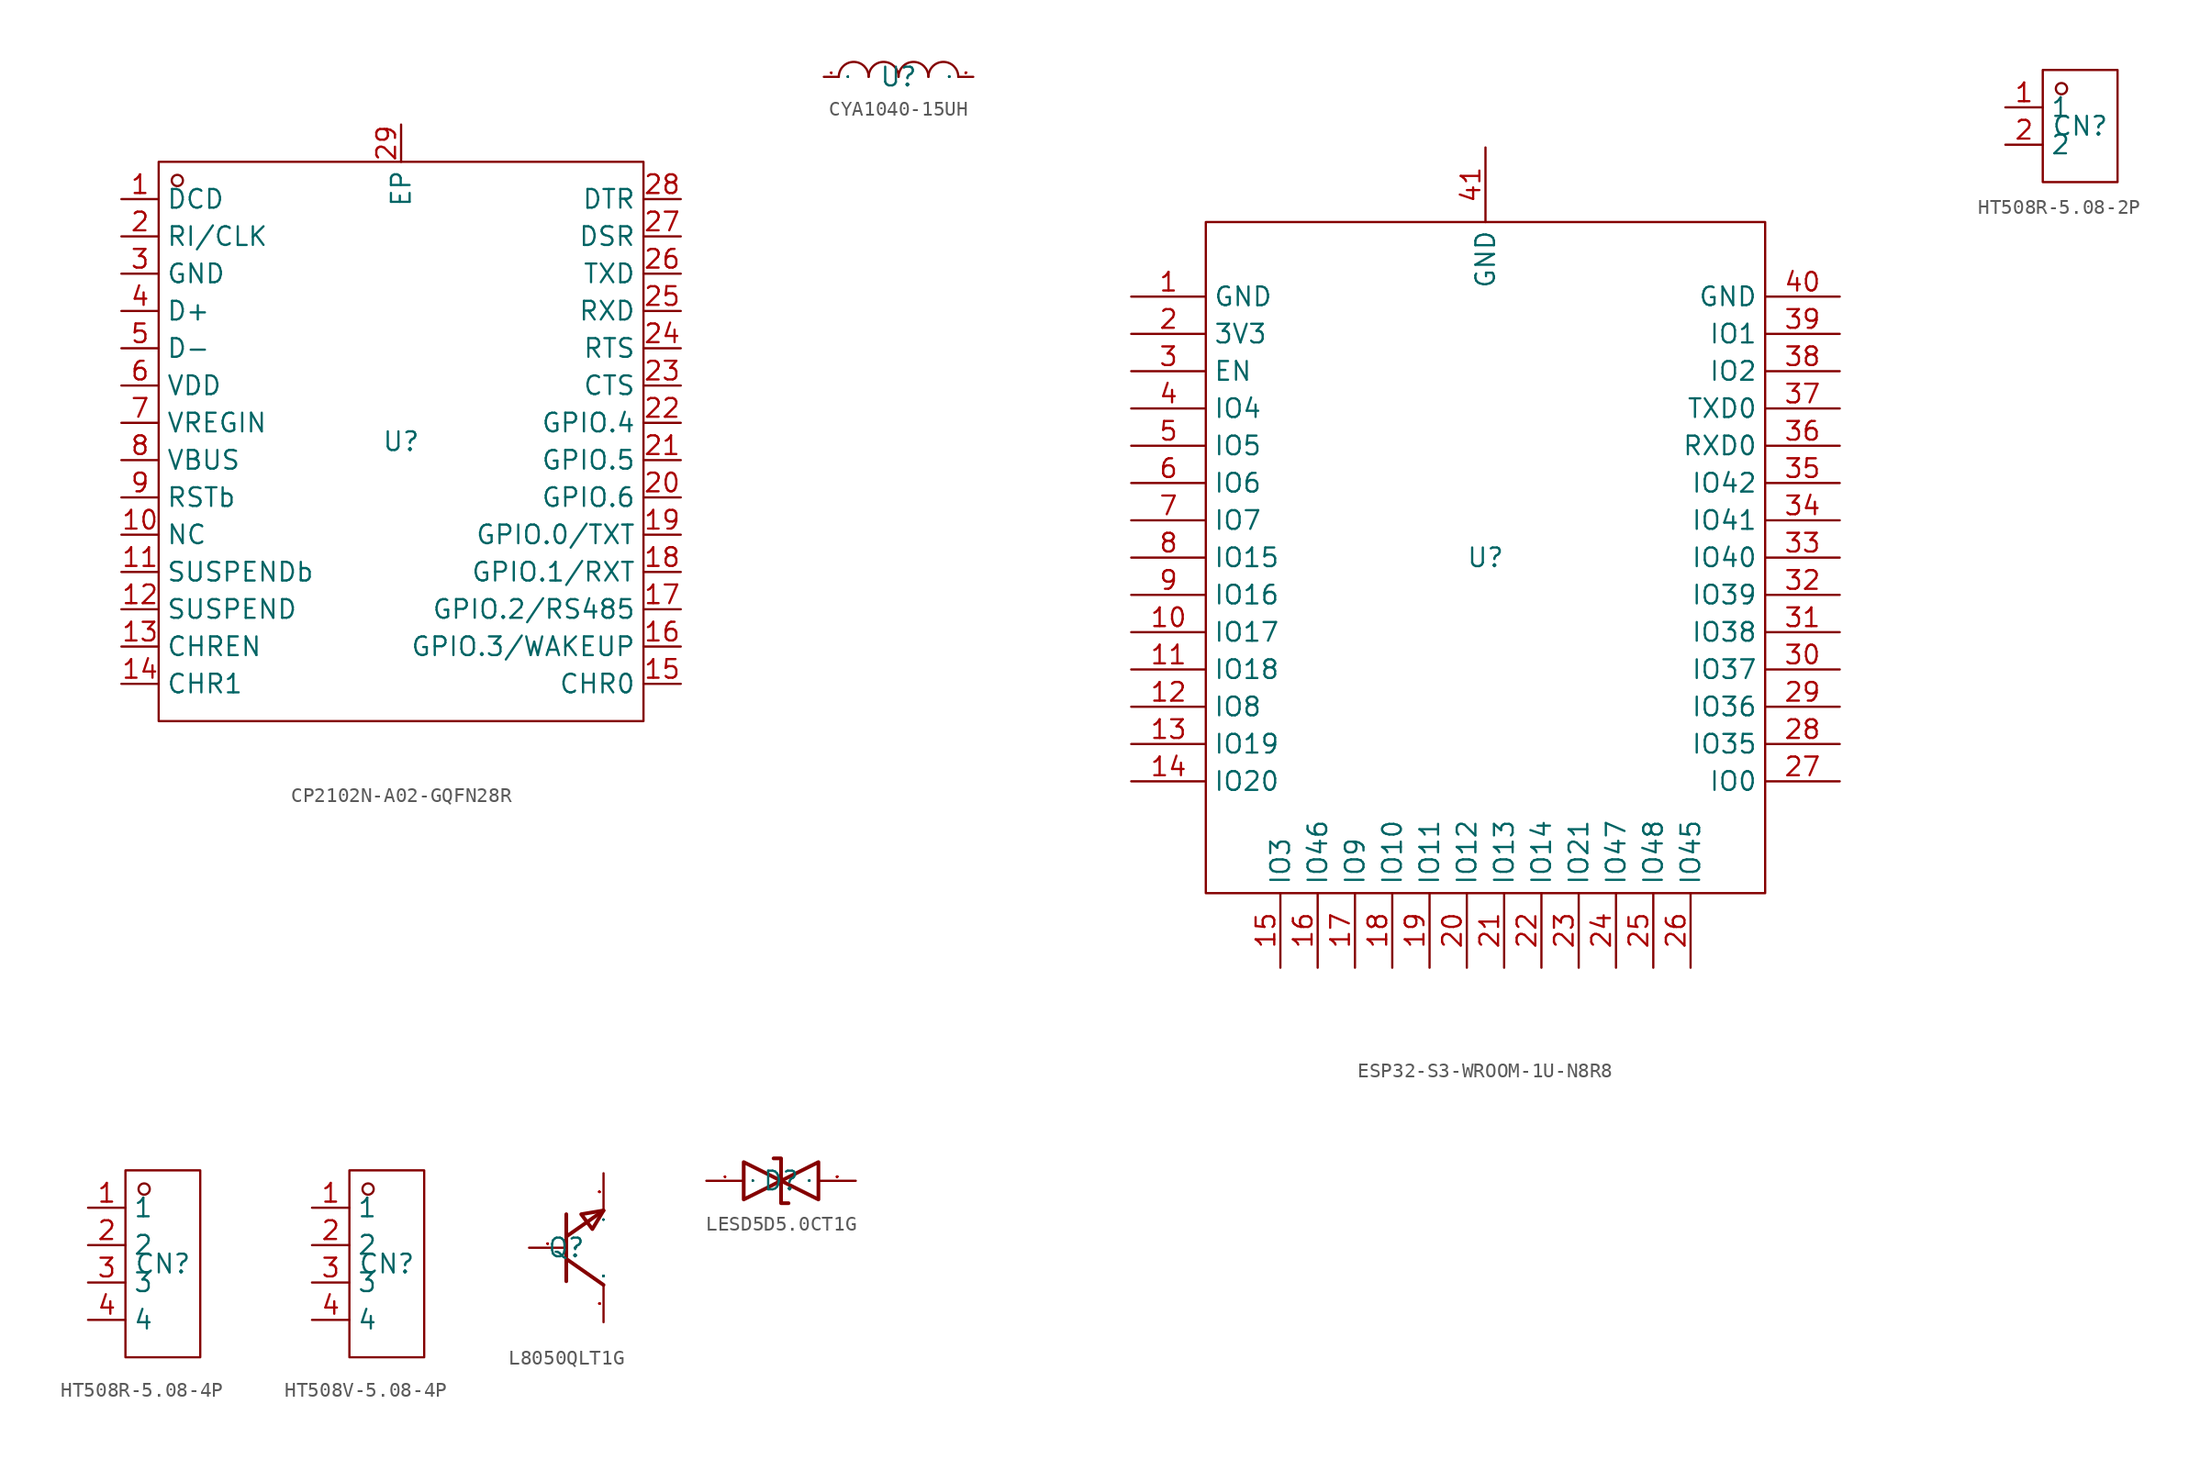
<source format=kicad_sym>
(kicad_symbol_lib
  (version 20241209)
  (generator "kicad_symbol_editor")
  (generator_version "9.0")
  (symbol "CP2102N-A02-GQFN28R"
    (property "Reference" "U"
      (at 0 0 0)
      (effects (font (size 1.27 1.27))))
    (property "Value" ""
      (at 0 0 0)
      (effects (font (size 1.27 1.27))))
    (symbol "CP2102N-A02-GQFN28R_1_0"
      (rectangle (start -16.51 -19.05) (end 16.51 19.05) (stroke (width 0) (type default)) (fill (type none)))
      (circle (center -15.24 17.78) (radius 0.381) (stroke (width 0) (type default)) (fill (type none)))
      (pin unspecified line (at -19.05 16.51 0) (length 2.54) (name "DCD" (effects (font (size 1.27 1.27)))) (number "1" (effects (font (size 1.27 1.27)))))
      (pin unspecified line (at -19.05 13.97 0) (length 2.54) (name "RI/CLK" (effects (font (size 1.27 1.27)))) (number "2" (effects (font (size 1.27 1.27)))))
      (pin unspecified line (at -19.05 11.43 0) (length 2.54) (name "GND" (effects (font (size 1.27 1.27)))) (number "3" (effects (font (size 1.27 1.27)))))
      (pin unspecified line (at -19.05 8.89 0) (length 2.54) (name "D+" (effects (font (size 1.27 1.27)))) (number "4" (effects (font (size 1.27 1.27)))))
      (pin unspecified line (at -19.05 6.35 0) (length 2.54) (name "D-" (effects (font (size 1.27 1.27)))) (number "5" (effects (font (size 1.27 1.27)))))
      (pin unspecified line (at -19.05 3.81 0) (length 2.54) (name "VDD" (effects (font (size 1.27 1.27)))) (number "6" (effects (font (size 1.27 1.27)))))
      (pin unspecified line (at -19.05 1.27 0) (length 2.54) (name "VREGIN" (effects (font (size 1.27 1.27)))) (number "7" (effects (font (size 1.27 1.27)))))
      (pin unspecified line (at -19.05 -1.27 0) (length 2.54) (name "VBUS" (effects (font (size 1.27 1.27)))) (number "8" (effects (font (size 1.27 1.27)))))
      (pin unspecified line (at -19.05 -3.81 0) (length 2.54) (name "RSTb" (effects (font (size 1.27 1.27)))) (number "9" (effects (font (size 1.27 1.27)))))
      (pin unspecified line (at -19.05 -6.35 0) (length 2.54) (name "NC" (effects (font (size 1.27 1.27)))) (number "10" (effects (font (size 1.27 1.27)))))
      (pin unspecified line (at -19.05 -8.89 0) (length 2.54) (name "SUSPENDb" (effects (font (size 1.27 1.27)))) (number "11" (effects (font (size 1.27 1.27)))))
      (pin unspecified line (at -19.05 -11.43 0) (length 2.54) (name "SUSPEND" (effects (font (size 1.27 1.27)))) (number "12" (effects (font (size 1.27 1.27)))))
      (pin unspecified line (at -19.05 -13.97 0) (length 2.54) (name "CHREN" (effects (font (size 1.27 1.27)))) (number "13" (effects (font (size 1.27 1.27)))))
      (pin unspecified line (at -19.05 -16.51 0) (length 2.54) (name "CHR1" (effects (font (size 1.27 1.27)))) (number "14" (effects (font (size 1.27 1.27)))))
      (pin unspecified line (at 0 21.59 270) (length 2.54) (name "EP" (effects (font (size 1.27 1.27)))) (number "29" (effects (font (size 1.27 1.27)))))
      (pin unspecified line (at 19.05 16.51 180) (length 2.54) (name "DTR" (effects (font (size 1.27 1.27)))) (number "28" (effects (font (size 1.27 1.27)))))
      (pin unspecified line (at 19.05 13.97 180) (length 2.54) (name "DSR" (effects (font (size 1.27 1.27)))) (number "27" (effects (font (size 1.27 1.27)))))
      (pin unspecified line (at 19.05 11.43 180) (length 2.54) (name "TXD" (effects (font (size 1.27 1.27)))) (number "26" (effects (font (size 1.27 1.27)))))
      (pin unspecified line (at 19.05 8.89 180) (length 2.54) (name "RXD" (effects (font (size 1.27 1.27)))) (number "25" (effects (font (size 1.27 1.27)))))
      (pin unspecified line (at 19.05 6.35 180) (length 2.54) (name "RTS" (effects (font (size 1.27 1.27)))) (number "24" (effects (font (size 1.27 1.27)))))
      (pin unspecified line (at 19.05 3.81 180) (length 2.54) (name "CTS" (effects (font (size 1.27 1.27)))) (number "23" (effects (font (size 1.27 1.27)))))
      (pin unspecified line (at 19.05 1.27 180) (length 2.54) (name "GPIO.4" (effects (font (size 1.27 1.27)))) (number "22" (effects (font (size 1.27 1.27)))))
      (pin unspecified line (at 19.05 -1.27 180) (length 2.54) (name "GPIO.5" (effects (font (size 1.27 1.27)))) (number "21" (effects (font (size 1.27 1.27)))))
      (pin unspecified line (at 19.05 -3.81 180) (length 2.54) (name "GPIO.6" (effects (font (size 1.27 1.27)))) (number "20" (effects (font (size 1.27 1.27)))))
      (pin unspecified line (at 19.05 -6.35 180) (length 2.54) (name "GPIO.0/TXT" (effects (font (size 1.27 1.27)))) (number "19" (effects (font (size 1.27 1.27)))))
      (pin unspecified line (at 19.05 -8.89 180) (length 2.54) (name "GPIO.1/RXT" (effects (font (size 1.27 1.27)))) (number "18" (effects (font (size 1.27 1.27)))))
      (pin unspecified line (at 19.05 -11.43 180) (length 2.54) (name "GPIO.2/RS485" (effects (font (size 1.27 1.27)))) (number "17" (effects (font (size 1.27 1.27)))))
      (pin unspecified line (at 19.05 -13.97 180) (length 2.54) (name "GPIO.3/WAKEUP" (effects (font (size 1.27 1.27)))) (number "16" (effects (font (size 1.27 1.27)))))
      (pin unspecified line (at 19.05 -16.51 180) (length 2.54) (name "CHR0" (effects (font (size 1.27 1.27)))) (number "15" (effects (font (size 1.27 1.27)))))))
  (symbol "CYA1040-15UH"
    (property "Reference" "U"
      (at 0 0 0)
      (effects (font (size 1.27 1.27))))
    (symbol "CYA1040-15UH_1_0"
      (arc (start -4.064 0) (mid -3.0226 1.016) (end -2.032 0) (stroke (width 0) (type default)) (fill (type none)))
      (arc (start -2.032 0) (mid -0.9906 1.016) (end 0 0) (stroke (width 0) (type default)) (fill (type none)))
      (arc (start 0 0) (mid 1.016 1.016) (end 2.032 0) (stroke (width 0) (type default)) (fill (type none)))
      (arc (start 2.032 0) (mid 3.048 1.016) (end 4.064 0) (stroke (width 0) (type default)) (fill (type none)))
      (pin unspecified line (at -5.08 0 0) (length 1.016) (name "1" (effects (font (size 0.025 0.025)))) (number "1" (effects (font (size 0.025 0.025)))))
      (pin unspecified line (at 5.08 0 180) (length 1.016) (name "2" (effects (font (size 0.025 0.025)))) (number "2" (effects (font (size 0.025 0.025)))))))
  (symbol "ESP32-S3-WROOM-1U-N8R8"
    (property "Reference" "U"
      (at 0 0 0)
      (effects (font (size 1.27 1.27))))
    (property "Value" ""
      (at 0 0 0)
      (effects (font (size 1.27 1.27))))
    (symbol "ESP32-S3-WROOM-1U-N8R8_1_0"
      (rectangle (start -19.05 22.86) (end 19.05 -22.86) (stroke (width 0) (type default)) (fill (type none)))
      (pin unspecified line (at -24.13 17.78 0) (length 5.08) (name "GND" (effects (font (size 1.27 1.27)))) (number "1" (effects (font (size 1.27 1.27)))))
      (pin unspecified line (at -24.13 15.24 0) (length 5.08) (name "3V3" (effects (font (size 1.27 1.27)))) (number "2" (effects (font (size 1.27 1.27)))))
      (pin unspecified line (at -24.13 12.7 0) (length 5.08) (name "EN" (effects (font (size 1.27 1.27)))) (number "3" (effects (font (size 1.27 1.27)))))
      (pin unspecified line (at -24.13 10.16 0) (length 5.08) (name "IO4" (effects (font (size 1.27 1.27)))) (number "4" (effects (font (size 1.27 1.27)))))
      (pin unspecified line (at -24.13 7.62 0) (length 5.08) (name "IO5" (effects (font (size 1.27 1.27)))) (number "5" (effects (font (size 1.27 1.27)))))
      (pin unspecified line (at -24.13 5.08 0) (length 5.08) (name "IO6" (effects (font (size 1.27 1.27)))) (number "6" (effects (font (size 1.27 1.27)))))
      (pin unspecified line (at -24.13 2.54 0) (length 5.08) (name "IO7" (effects (font (size 1.27 1.27)))) (number "7" (effects (font (size 1.27 1.27)))))
      (pin unspecified line (at -24.13 0 0) (length 5.08) (name "IO15" (effects (font (size 1.27 1.27)))) (number "8" (effects (font (size 1.27 1.27)))))
      (pin unspecified line (at -24.13 -2.54 0) (length 5.08) (name "IO16" (effects (font (size 1.27 1.27)))) (number "9" (effects (font (size 1.27 1.27)))))
      (pin unspecified line (at -24.13 -5.08 0) (length 5.08) (name "IO17" (effects (font (size 1.27 1.27)))) (number "10" (effects (font (size 1.27 1.27)))))
      (pin unspecified line (at -24.13 -7.62 0) (length 5.08) (name "IO18" (effects (font (size 1.27 1.27)))) (number "11" (effects (font (size 1.27 1.27)))))
      (pin unspecified line (at -24.13 -10.16 0) (length 5.08) (name "IO8" (effects (font (size 1.27 1.27)))) (number "12" (effects (font (size 1.27 1.27)))))
      (pin unspecified line (at -24.13 -12.7 0) (length 5.08) (name "IO19" (effects (font (size 1.27 1.27)))) (number "13" (effects (font (size 1.27 1.27)))))
      (pin unspecified line (at -24.13 -15.24 0) (length 5.08) (name "IO20" (effects (font (size 1.27 1.27)))) (number "14" (effects (font (size 1.27 1.27)))))
      (pin unspecified line (at -13.97 -27.94 90) (length 5.08) (name "IO3" (effects (font (size 1.27 1.27)))) (number "15" (effects (font (size 1.27 1.27)))))
      (pin unspecified line (at -11.43 -27.94 90) (length 5.08) (name "IO46" (effects (font (size 1.27 1.27)))) (number "16" (effects (font (size 1.27 1.27)))))
      (pin unspecified line (at -8.89 -27.94 90) (length 5.08) (name "IO9" (effects (font (size 1.27 1.27)))) (number "17" (effects (font (size 1.27 1.27)))))
      (pin unspecified line (at -6.35 -27.94 90) (length 5.08) (name "IO10" (effects (font (size 1.27 1.27)))) (number "18" (effects (font (size 1.27 1.27)))))
      (pin unspecified line (at -3.81 -27.94 90) (length 5.08) (name "IO11" (effects (font (size 1.27 1.27)))) (number "19" (effects (font (size 1.27 1.27)))))
      (pin unspecified line (at -1.27 -27.94 90) (length 5.08) (name "IO12" (effects (font (size 1.27 1.27)))) (number "20" (effects (font (size 1.27 1.27)))))
      (pin unspecified line (at 0 27.94 270) (length 5.08) (name "GND" (effects (font (size 1.27 1.27)))) (number "41" (effects (font (size 1.27 1.27)))))
      (pin unspecified line (at 1.27 -27.94 90) (length 5.08) (name "IO13" (effects (font (size 1.27 1.27)))) (number "21" (effects (font (size 1.27 1.27)))))
      (pin unspecified line (at 3.81 -27.94 90) (length 5.08) (name "IO14" (effects (font (size 1.27 1.27)))) (number "22" (effects (font (size 1.27 1.27)))))
      (pin unspecified line (at 6.35 -27.94 90) (length 5.08) (name "IO21" (effects (font (size 1.27 1.27)))) (number "23" (effects (font (size 1.27 1.27)))))
      (pin unspecified line (at 8.89 -27.94 90) (length 5.08) (name "IO47" (effects (font (size 1.27 1.27)))) (number "24" (effects (font (size 1.27 1.27)))))
      (pin unspecified line (at 11.43 -27.94 90) (length 5.08) (name "IO48" (effects (font (size 1.27 1.27)))) (number "25" (effects (font (size 1.27 1.27)))))
      (pin unspecified line (at 13.97 -27.94 90) (length 5.08) (name "IO45" (effects (font (size 1.27 1.27)))) (number "26" (effects (font (size 1.27 1.27)))))
      (pin unspecified line (at 24.13 17.78 180) (length 5.08) (name "GND" (effects (font (size 1.27 1.27)))) (number "40" (effects (font (size 1.27 1.27)))))
      (pin unspecified line (at 24.13 15.24 180) (length 5.08) (name "IO1" (effects (font (size 1.27 1.27)))) (number "39" (effects (font (size 1.27 1.27)))))
      (pin unspecified line (at 24.13 12.7 180) (length 5.08) (name "IO2" (effects (font (size 1.27 1.27)))) (number "38" (effects (font (size 1.27 1.27)))))
      (pin unspecified line (at 24.13 10.16 180) (length 5.08) (name "TXD0" (effects (font (size 1.27 1.27)))) (number "37" (effects (font (size 1.27 1.27)))))
      (pin unspecified line (at 24.13 7.62 180) (length 5.08) (name "RXD0" (effects (font (size 1.27 1.27)))) (number "36" (effects (font (size 1.27 1.27)))))
      (pin unspecified line (at 24.13 5.08 180) (length 5.08) (name "IO42" (effects (font (size 1.27 1.27)))) (number "35" (effects (font (size 1.27 1.27)))))
      (pin unspecified line (at 24.13 2.54 180) (length 5.08) (name "IO41" (effects (font (size 1.27 1.27)))) (number "34" (effects (font (size 1.27 1.27)))))
      (pin unspecified line (at 24.13 0 180) (length 5.08) (name "IO40" (effects (font (size 1.27 1.27)))) (number "33" (effects (font (size 1.27 1.27)))))
      (pin unspecified line (at 24.13 -2.54 180) (length 5.08) (name "IO39" (effects (font (size 1.27 1.27)))) (number "32" (effects (font (size 1.27 1.27)))))
      (pin unspecified line (at 24.13 -5.08 180) (length 5.08) (name "IO38" (effects (font (size 1.27 1.27)))) (number "31" (effects (font (size 1.27 1.27)))))
      (pin unspecified line (at 24.13 -7.62 180) (length 5.08) (name "IO37" (effects (font (size 1.27 1.27)))) (number "30" (effects (font (size 1.27 1.27)))))
      (pin unspecified line (at 24.13 -10.16 180) (length 5.08) (name "IO36" (effects (font (size 1.27 1.27)))) (number "29" (effects (font (size 1.27 1.27)))))
      (pin unspecified line (at 24.13 -12.7 180) (length 5.08) (name "IO35" (effects (font (size 1.27 1.27)))) (number "28" (effects (font (size 1.27 1.27)))))
      (pin unspecified line (at 24.13 -15.24 180) (length 5.08) (name "IO0" (effects (font (size 1.27 1.27)))) (number "27" (effects (font (size 1.27 1.27)))))))
  (symbol "HT508R-5.08-2P"
    (property "Reference" "CN"
      (at 0 0 0)
      (effects (font (size 1.27 1.27))))
    (property "Value" ""
      (at 0 0 0)
      (effects (font (size 1.27 1.27))))
    (symbol "HT508R-5.08-2P_1_0"
      (rectangle (start -2.54 -3.81) (end 2.54 3.81) (stroke (width 0) (type default)) (fill (type none)))
      (circle (center -1.27 2.54) (radius 0.381) (stroke (width 0) (type default)) (fill (type none)))
      (pin unspecified line (at -5.08 1.27 0) (length 2.54) (name "1" (effects (font (size 1.27 1.27)))) (number "1" (effects (font (size 1.27 1.27)))))
      (pin unspecified line (at -5.08 -1.27 0) (length 2.54) (name "2" (effects (font (size 1.27 1.27)))) (number "2" (effects (font (size 1.27 1.27)))))))
  (symbol "HT508R-5.08-4P"
    (property "Reference" "CN"
      (at 0 0 0)
      (effects (font (size 1.27 1.27))))
    (property "Value" ""
      (at 0 0 0)
      (effects (font (size 1.27 1.27))))
    (symbol "HT508R-5.08-4P_1_0"
      (rectangle (start -2.54 -6.35) (end 2.54 6.35) (stroke (width 0) (type default)) (fill (type none)))
      (circle (center -1.27 5.08) (radius 0.381) (stroke (width 0) (type default)) (fill (type none)))
      (pin unspecified line (at -5.08 3.81 0) (length 2.54) (name "1" (effects (font (size 1.27 1.27)))) (number "1" (effects (font (size 1.27 1.27)))))
      (pin unspecified line (at -5.08 1.27 0) (length 2.54) (name "2" (effects (font (size 1.27 1.27)))) (number "2" (effects (font (size 1.27 1.27)))))
      (pin unspecified line (at -5.08 -1.27 0) (length 2.54) (name "3" (effects (font (size 1.27 1.27)))) (number "3" (effects (font (size 1.27 1.27)))))
      (pin unspecified line (at -5.08 -3.81 0) (length 2.54) (name "4" (effects (font (size 1.27 1.27)))) (number "4" (effects (font (size 1.27 1.27)))))))
  (symbol "HT508V-5.08-4P"
    (property "Reference" "CN"
      (at 0 0 0)
      (effects (font (size 1.27 1.27))))
    (property "Value" ""
      (at 0 0 0)
      (effects (font (size 1.27 1.27))))
    (symbol "HT508V-5.08-4P_1_0"
      (rectangle (start -2.54 -6.35) (end 2.54 6.35) (stroke (width 0) (type default)) (fill (type none)))
      (circle (center -1.27 5.08) (radius 0.381) (stroke (width 0) (type default)) (fill (type none)))
      (pin unspecified line (at -5.08 3.81 0) (length 2.54) (name "1" (effects (font (size 1.27 1.27)))) (number "1" (effects (font (size 1.27 1.27)))))
      (pin unspecified line (at -5.08 1.27 0) (length 2.54) (name "2" (effects (font (size 1.27 1.27)))) (number "2" (effects (font (size 1.27 1.27)))))
      (pin unspecified line (at -5.08 -1.27 0) (length 2.54) (name "3" (effects (font (size 1.27 1.27)))) (number "3" (effects (font (size 1.27 1.27)))))
      (pin unspecified line (at -5.08 -3.81 0) (length 2.54) (name "4" (effects (font (size 1.27 1.27)))) (number "4" (effects (font (size 1.27 1.27)))))))
  (symbol "L8050QLT1G"
    (property "Reference" "Q"
      (at 0 0 0)
      (effects (font (size 1.27 1.27))))
    (property "Value" ""
      (at 0 0 0)
      (effects (font (size 1.27 1.27))))
    (symbol "L8050QLT1G_1_0"
      (polyline (pts (xy 0 0.762) (xy 2.54 2.54)) (stroke (width 0.254) (type default)) (fill (type none)))
      (polyline (pts (xy 0 -2.286) (xy 0 2.286)) (stroke (width 0.254) (type default)) (fill (type none)))
      (polyline (pts (xy 2.54 2.54) (xy 1.778 1.27) (xy 1.778 1.27) (xy 1.016 2.286) (xy 1.016 2.286) (xy 2.54 2.54)) (stroke (width 0.254) (type default)) (fill (type none)))
      (polyline (pts (xy 2.54 -2.54) (xy 0 -0.762)) (stroke (width 0.254) (type default)) (fill (type none)))
      (pin unspecified line (at -2.54 0 0) (length 2.54) (name "B" (effects (font (size 0.025 0.025)))) (number "1" (effects (font (size 0.025 0.025)))))
      (pin unspecified line (at 2.54 5.08 270) (length 2.54) (name "E" (effects (font (size 0.025 0.025)))) (number "2" (effects (font (size 0.025 0.025)))))
      (pin unspecified line (at 2.54 -5.08 90) (length 2.54) (name "C" (effects (font (size 0.025 0.025)))) (number "3" (effects (font (size 0.025 0.025)))))))
  (symbol "LESD5D5.0CT1G"
    (property "Reference" "D"
      (at 0 0 0)
      (effects (font (size 1.27 1.27))))
    (property "Value" ""
      (at 0 0 0)
      (effects (font (size 1.27 1.27))))
    (symbol "LESD5D5.0CT1G_1_0"
      (polyline (pts (xy -2.54 1.27) (xy 0 0) (xy 0 0) (xy -2.54 -1.27) (xy -2.54 -1.27) (xy -2.54 1.27)) (stroke (width 0.254) (type default)) (fill (type none)))
      (polyline (pts (xy -0.508 1.524) (xy -0.508 1.524) (xy -0.508 1.524) (xy 0 1.524) (xy 0 1.524) (xy 0 -1.524) (xy 0 -1.524) (xy 0.508 -1.524) (xy 0.508 -1.524) (xy 0.508 -1.524)) (stroke (width 0.254) (type default)) (fill (type none)))
      (polyline (pts (xy 2.54 1.27) (xy 0 0) (xy 0 0) (xy 2.54 -1.27) (xy 2.54 -1.27) (xy 2.54 1.27)) (stroke (width 0.254) (type default)) (fill (type none)))
      (pin unspecified line (at -5.08 0 0) (length 2.54) (name "1" (effects (font (size 0.025 0.025)))) (number "1" (effects (font (size 0.025 0.025)))))
      (pin unspecified line (at 5.08 0 180) (length 2.54) (name "2" (effects (font (size 0.025 0.025)))) (number "2" (effects (font (size 0.025 0.025))))))))
</source>
